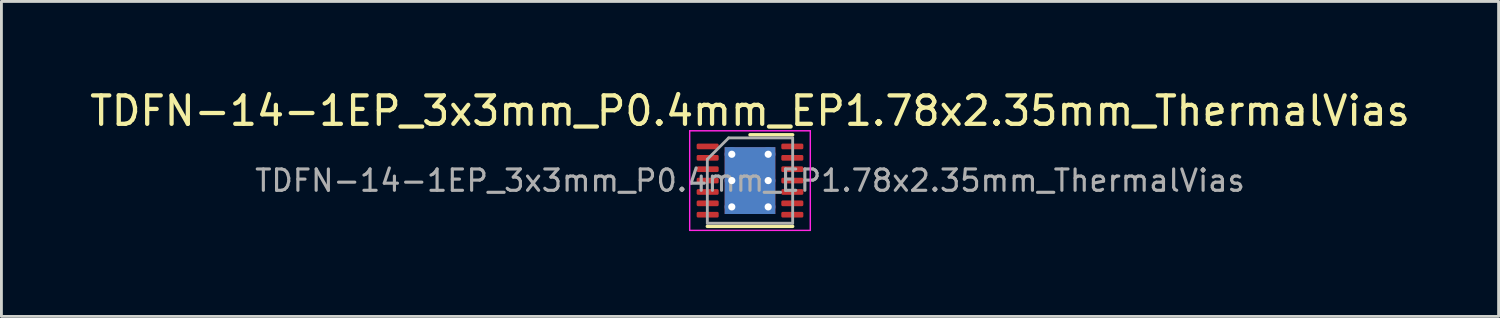
<source format=kicad_pcb>
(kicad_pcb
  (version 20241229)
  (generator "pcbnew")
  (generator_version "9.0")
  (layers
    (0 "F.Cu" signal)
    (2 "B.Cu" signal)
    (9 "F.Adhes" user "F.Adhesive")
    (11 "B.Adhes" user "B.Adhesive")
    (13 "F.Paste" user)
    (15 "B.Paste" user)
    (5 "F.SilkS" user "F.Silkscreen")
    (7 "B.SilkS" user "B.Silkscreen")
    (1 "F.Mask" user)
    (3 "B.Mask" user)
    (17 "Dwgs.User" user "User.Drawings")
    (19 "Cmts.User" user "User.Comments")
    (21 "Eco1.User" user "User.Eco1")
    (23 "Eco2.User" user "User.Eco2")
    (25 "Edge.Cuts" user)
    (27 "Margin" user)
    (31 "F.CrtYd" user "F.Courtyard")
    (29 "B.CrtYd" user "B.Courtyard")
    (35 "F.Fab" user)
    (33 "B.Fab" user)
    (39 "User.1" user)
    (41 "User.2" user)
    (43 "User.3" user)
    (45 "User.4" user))
  (footprint "TDFN-14-1EP_3x3mm_P0.4mm_EP1.78x2.35mm_ThermalVias"
    (layer "F.Cu")
    (at 23.315 3.298)
    (property "Reference" "TDFN-14-1EP_3x3mm_P0.4mm_EP1.78x2.35mm_ThermalVias" (at 0 -2.45 0) (layer "F.SilkS") (effects (font (size 1 1) (thickness 0.15))))
    (attr smd)
    (fp_line (start -1.5 1.61) (end 1.5 1.61) (stroke (width 0.12) (type solid)) (layer "F.SilkS"))
    (fp_line (start 0 -1.61) (end 1.5 -1.61) (stroke (width 0.12) (type solid)) (layer "F.SilkS"))
    (fp_line (start -2.12 -1.75) (end -2.12 1.75) (stroke (width 0.05) (type solid)) (layer "F.CrtYd"))
    (fp_line (start -2.12 1.75) (end 2.12 1.75) (stroke (width 0.05) (type solid)) (layer "F.CrtYd"))
    (fp_line (start 2.12 -1.75) (end -2.12 -1.75) (stroke (width 0.05) (type solid)) (layer "F.CrtYd"))
    (fp_line (start 2.12 1.75) (end 2.12 -1.75) (stroke (width 0.05) (type solid)) (layer "F.CrtYd"))
    (fp_line (start -1.5 -0.75) (end -0.75 -1.5) (stroke (width 0.1) (type solid)) (layer "F.Fab"))
    (fp_line (start -1.5 1.5) (end -1.5 -0.75) (stroke (width 0.1) (type solid)) (layer "F.Fab"))
    (fp_line (start -0.75 -1.5) (end 1.5 -1.5) (stroke (width 0.1) (type solid)) (layer "F.Fab"))
    (fp_line (start 1.5 -1.5) (end 1.5 1.5) (stroke (width 0.1) (type solid)) (layer "F.Fab"))
    (fp_line (start 1.5 1.5) (end -1.5 1.5) (stroke (width 0.1) (type solid)) (layer "F.Fab"))
    (fp_text user "${REFERENCE}" (at 0 0 0) (layer "F.Fab") (effects (font (size 0.75 0.75) (thickness 0.11))))
    (pad "" smd roundrect (at -0.445 -0.59) (size 0.77 1.02) (layers "F.Paste") (roundrect_rratio 0.25))
    (pad "" smd roundrect (at -0.445 0.59) (size 0.77 1.02) (layers "F.Paste") (roundrect_rratio 0.25))
    (pad "" smd roundrect (at 0.445 -0.59) (size 0.77 1.02) (layers "F.Paste") (roundrect_rratio 0.25))
    (pad "" smd roundrect (at 0.445 0.59) (size 0.77 1.02) (layers "F.Paste") (roundrect_rratio 0.25))
    (pad "1" smd roundrect (at -1.488 -1.2) (size 0.775 0.2) (layers "F.Cu" "F.Mask" "F.Paste") (roundrect_rratio 0.25))
    (pad "2" smd roundrect (at -1.488 -0.8) (size 0.775 0.2) (layers "F.Cu" "F.Mask" "F.Paste") (roundrect_rratio 0.25))
    (pad "3" smd roundrect (at -1.488 -0.4) (size 0.775 0.2) (layers "F.Cu" "F.Mask" "F.Paste") (roundrect_rratio 0.25))
    (pad "4" smd roundrect (at -1.488 0) (size 0.775 0.2) (layers "F.Cu" "F.Mask" "F.Paste") (roundrect_rratio 0.25))
    (pad "5" smd roundrect (at -1.488 0.4) (size 0.775 0.2) (layers "F.Cu" "F.Mask" "F.Paste") (roundrect_rratio 0.25))
    (pad "6" smd roundrect (at -1.488 0.8) (size 0.775 0.2) (layers "F.Cu" "F.Mask" "F.Paste") (roundrect_rratio 0.25))
    (pad "7" smd roundrect (at -1.488 1.2) (size 0.775 0.2) (layers "F.Cu" "F.Mask" "F.Paste") (roundrect_rratio 0.25))
    (pad "8" smd roundrect (at 1.488 1.2) (size 0.775 0.2) (layers "F.Cu" "F.Mask" "F.Paste") (roundrect_rratio 0.25))
    (pad "9" smd roundrect (at 1.488 0.8) (size 0.775 0.2) (layers "F.Cu" "F.Mask" "F.Paste") (roundrect_rratio 0.25))
    (pad "10" smd roundrect (at 1.488 0.4) (size 0.775 0.2) (layers "F.Cu" "F.Mask" "F.Paste") (roundrect_rratio 0.25))
    (pad "11" smd roundrect (at 1.488 0) (size 0.775 0.2) (layers "F.Cu" "F.Mask" "F.Paste") (roundrect_rratio 0.25))
    (pad "12" smd roundrect (at 1.488 -0.4) (size 0.775 0.2) (layers "F.Cu" "F.Mask" "F.Paste") (roundrect_rratio 0.25))
    (pad "13" smd roundrect (at 1.488 -0.8) (size 0.775 0.2) (layers "F.Cu" "F.Mask" "F.Paste") (roundrect_rratio 0.25))
    (pad "14" smd roundrect (at 1.488 -1.2) (size 0.775 0.2) (layers "F.Cu" "F.Mask" "F.Paste") (roundrect_rratio 0.25))
    (pad "15" thru_hole circle (at -0.64 -0.925) (size 0.5 0.5) (drill 0.254) (layers "*.Cu"))
    (pad "15" thru_hole circle (at -0.64 0) (size 0.5 0.5) (drill 0.254) (layers "*.Cu"))
    (pad "15" thru_hole circle (at -0.64 0.925) (size 0.5 0.5) (drill 0.254) (layers "*.Cu"))
    (pad "15" smd rect (at 0 0) (size 1.78 2.35) (layers "F.Cu" "F.Mask"))
    (pad "15" smd rect (at 0 0) (size 1.78 2.35) (layers "B.Cu"))
    (pad "15" thru_hole circle (at 0.64 -0.925) (size 0.5 0.5) (drill 0.254) (layers "*.Cu"))
    (pad "15" thru_hole circle (at 0.64 0) (size 0.5 0.5) (drill 0.254) (layers "*.Cu"))
    (pad "15" thru_hole circle (at 0.64 0.925) (size 0.5 0.5) (drill 0.254) (layers "*.Cu")))
  (gr_rect
    (start -3 -3)
    (end 49.631 8.073)
    (stroke (width 0.1) (type default))
    (fill no)
    (layer "Edge.Cuts")))
</source>
